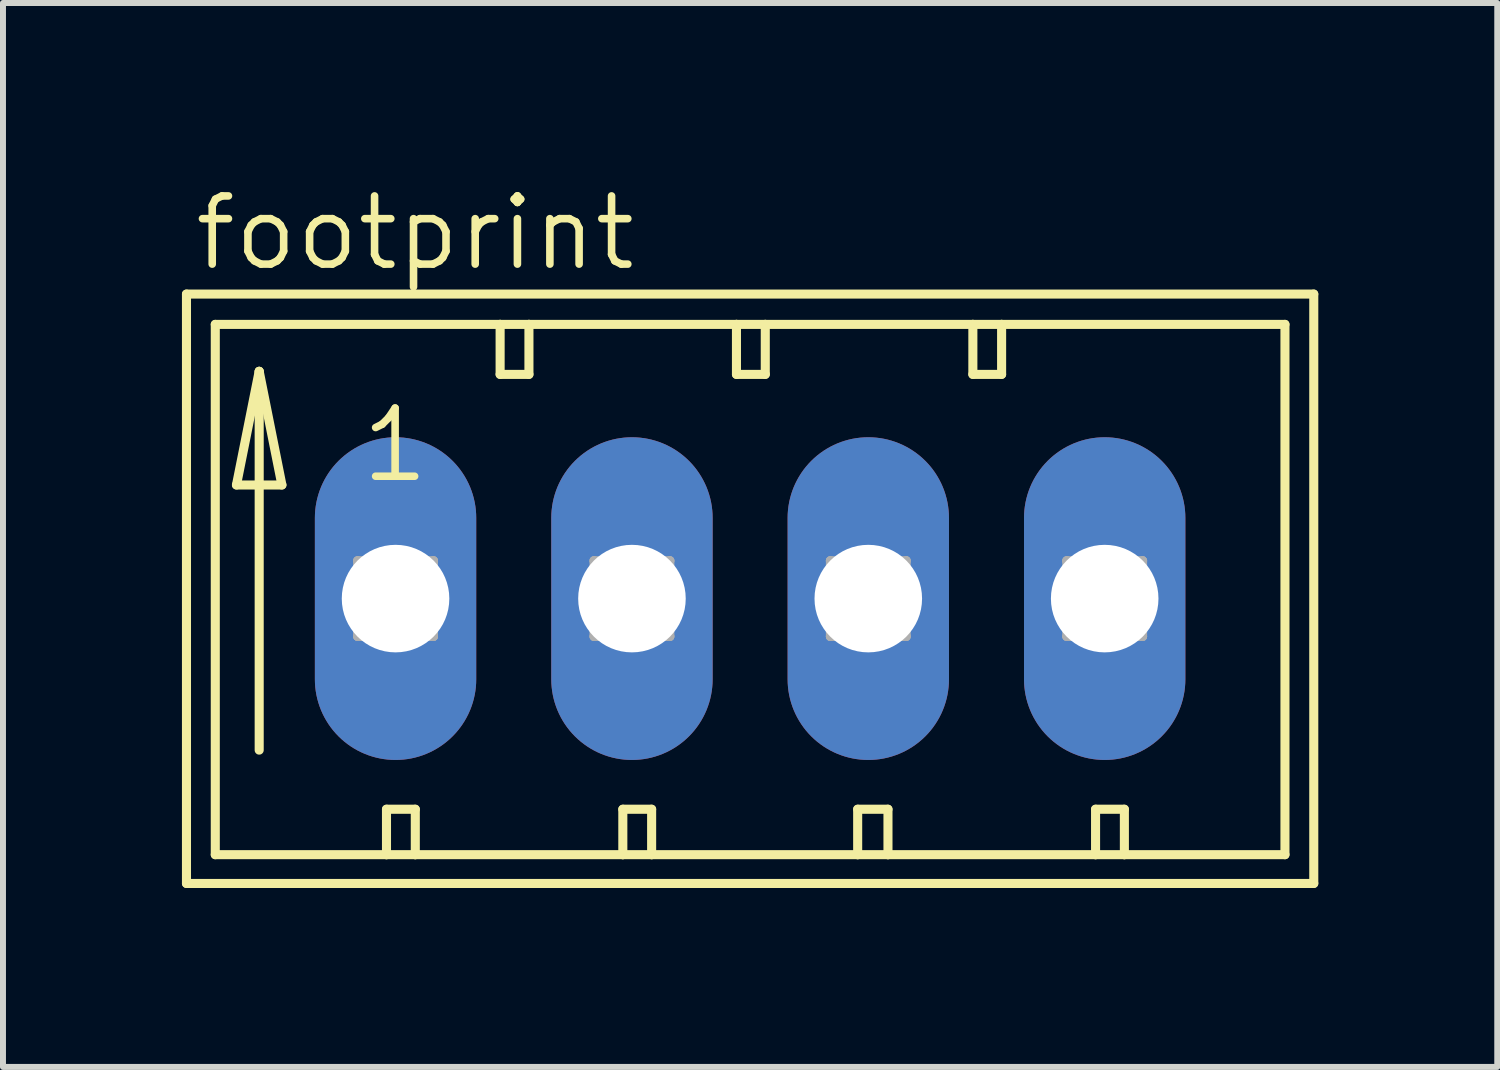
<source format=kicad_pcb>
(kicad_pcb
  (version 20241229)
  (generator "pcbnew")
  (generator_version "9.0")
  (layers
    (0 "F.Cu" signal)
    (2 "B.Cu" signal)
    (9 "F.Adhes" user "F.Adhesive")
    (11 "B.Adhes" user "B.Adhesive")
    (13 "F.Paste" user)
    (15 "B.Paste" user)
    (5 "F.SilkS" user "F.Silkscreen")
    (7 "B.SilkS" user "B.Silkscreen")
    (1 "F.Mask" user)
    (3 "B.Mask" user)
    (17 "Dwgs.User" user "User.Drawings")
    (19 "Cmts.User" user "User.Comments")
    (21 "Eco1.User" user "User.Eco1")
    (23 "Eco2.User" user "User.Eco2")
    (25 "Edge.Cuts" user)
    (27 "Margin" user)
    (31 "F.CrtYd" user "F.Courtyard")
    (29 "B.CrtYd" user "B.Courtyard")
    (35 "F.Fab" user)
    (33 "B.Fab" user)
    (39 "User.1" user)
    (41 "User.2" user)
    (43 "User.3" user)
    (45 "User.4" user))
  (footprint "footprint"
    (layer "F.Cu")
    (at 9.525 6.985)
    (property "Reference" "footprint" (at -9.373 -5.461 0) (layer "F.SilkS") (effects (font (size 1.143 1.143) (thickness 0.127)) (justify left bottom)))
    (fp_line (start -9.449 -5.105) (end -9.449 4.775) (stroke (width 0.152) (type solid)) (layer "F.SilkS"))
    (fp_line (start -9.449 4.775) (end 9.449 4.775) (stroke (width 0.152) (type solid)) (layer "F.SilkS"))
    (fp_line (start -8.966 -4.597) (end -8.966 4.293) (stroke (width 0.152) (type solid)) (layer "F.SilkS"))
    (fp_line (start -8.966 4.293) (end -6.096 4.293) (stroke (width 0.152) (type solid)) (layer "F.SilkS"))
    (fp_line (start -8.611 -1.905) (end -7.849 -1.905) (stroke (width 0.152) (type solid)) (layer "F.SilkS"))
    (fp_line (start -8.23 -3.81) (end -8.611 -1.905) (stroke (width 0.152) (type solid)) (layer "F.SilkS"))
    (fp_line (start -8.23 -3.81) (end -7.849 -1.905) (stroke (width 0.152) (type solid)) (layer "F.SilkS"))
    (fp_line (start -8.23 2.54) (end -8.23 -3.81) (stroke (width 0.152) (type solid)) (layer "F.SilkS"))
    (fp_line (start -6.096 3.531) (end -5.613 3.531) (stroke (width 0.152) (type solid)) (layer "F.SilkS"))
    (fp_line (start -6.096 4.293) (end -6.096 3.531) (stroke (width 0.152) (type solid)) (layer "F.SilkS"))
    (fp_line (start -6.096 4.293) (end -5.613 4.293) (stroke (width 0.152) (type solid)) (layer "F.SilkS"))
    (fp_line (start -5.613 4.293) (end -5.613 3.531) (stroke (width 0.152) (type solid)) (layer "F.SilkS"))
    (fp_line (start -5.613 4.293) (end -2.134 4.293) (stroke (width 0.152) (type solid)) (layer "F.SilkS"))
    (fp_line (start -4.191 -4.597) (end -8.966 -4.597) (stroke (width 0.152) (type solid)) (layer "F.SilkS"))
    (fp_line (start -4.191 -4.597) (end -4.191 -3.759) (stroke (width 0.152) (type solid)) (layer "F.SilkS"))
    (fp_line (start -4.191 -3.759) (end -3.708 -3.759) (stroke (width 0.152) (type solid)) (layer "F.SilkS"))
    (fp_line (start -3.708 -4.597) (end -4.191 -4.597) (stroke (width 0.152) (type solid)) (layer "F.SilkS"))
    (fp_line (start -3.708 -3.759) (end -3.708 -4.597) (stroke (width 0.152) (type solid)) (layer "F.SilkS"))
    (fp_line (start -2.134 3.531) (end -2.134 4.293) (stroke (width 0.152) (type solid)) (layer "F.SilkS"))
    (fp_line (start -2.134 3.531) (end -1.651 3.531) (stroke (width 0.152) (type solid)) (layer "F.SilkS"))
    (fp_line (start -2.134 4.293) (end -1.651 4.293) (stroke (width 0.152) (type solid)) (layer "F.SilkS"))
    (fp_line (start -1.651 3.531) (end -1.651 4.293) (stroke (width 0.152) (type solid)) (layer "F.SilkS"))
    (fp_line (start -1.651 4.293) (end 1.803 4.293) (stroke (width 0.152) (type solid)) (layer "F.SilkS"))
    (fp_line (start -0.229 -4.597) (end -3.708 -4.597) (stroke (width 0.152) (type solid)) (layer "F.SilkS"))
    (fp_line (start -0.229 -3.759) (end -0.229 -4.597) (stroke (width 0.152) (type solid)) (layer "F.SilkS"))
    (fp_line (start -0.229 -3.759) (end 0.254 -3.759) (stroke (width 0.152) (type solid)) (layer "F.SilkS"))
    (fp_line (start 0.254 -4.597) (end -0.229 -4.597) (stroke (width 0.152) (type solid)) (layer "F.SilkS"))
    (fp_line (start 0.254 -3.759) (end 0.254 -4.597) (stroke (width 0.152) (type solid)) (layer "F.SilkS"))
    (fp_line (start 1.803 3.531) (end 1.803 4.293) (stroke (width 0.152) (type solid)) (layer "F.SilkS"))
    (fp_line (start 1.803 3.531) (end 2.311 3.531) (stroke (width 0.152) (type solid)) (layer "F.SilkS"))
    (fp_line (start 1.803 4.293) (end 2.311 4.293) (stroke (width 0.152) (type solid)) (layer "F.SilkS"))
    (fp_line (start 2.311 3.531) (end 2.311 4.293) (stroke (width 0.152) (type solid)) (layer "F.SilkS"))
    (fp_line (start 2.311 4.293) (end 5.791 4.293) (stroke (width 0.152) (type solid)) (layer "F.SilkS"))
    (fp_line (start 3.734 -4.597) (end 0.254 -4.597) (stroke (width 0.152) (type solid)) (layer "F.SilkS"))
    (fp_line (start 3.734 -3.759) (end 3.734 -4.597) (stroke (width 0.152) (type solid)) (layer "F.SilkS"))
    (fp_line (start 3.734 -3.759) (end 4.216 -3.759) (stroke (width 0.152) (type solid)) (layer "F.SilkS"))
    (fp_line (start 4.216 -4.597) (end 3.734 -4.597) (stroke (width 0.152) (type solid)) (layer "F.SilkS"))
    (fp_line (start 4.216 -3.759) (end 4.216 -4.597) (stroke (width 0.152) (type solid)) (layer "F.SilkS"))
    (fp_line (start 5.791 3.531) (end 5.791 4.293) (stroke (width 0.152) (type solid)) (layer "F.SilkS"))
    (fp_line (start 5.791 3.531) (end 6.274 3.531) (stroke (width 0.152) (type solid)) (layer "F.SilkS"))
    (fp_line (start 5.791 4.293) (end 6.274 4.293) (stroke (width 0.152) (type solid)) (layer "F.SilkS"))
    (fp_line (start 6.274 3.531) (end 6.274 4.293) (stroke (width 0.152) (type solid)) (layer "F.SilkS"))
    (fp_line (start 6.274 4.293) (end 8.966 4.293) (stroke (width 0.152) (type solid)) (layer "F.SilkS"))
    (fp_line (start 8.966 -4.597) (end 4.216 -4.597) (stroke (width 0.152) (type solid)) (layer "F.SilkS"))
    (fp_line (start 8.966 4.293) (end 8.966 -4.597) (stroke (width 0.152) (type solid)) (layer "F.SilkS"))
    (fp_line (start 9.449 -5.105) (end -9.449 -5.105) (stroke (width 0.152) (type solid)) (layer "F.SilkS"))
    (fp_line (start 9.449 4.775) (end 9.449 -5.105) (stroke (width 0.152) (type solid)) (layer "F.SilkS"))
    (fp_line (start -6.579 -0.635) (end -6.579 0.635) (stroke (width 0.152) (type solid)) (layer "F.Fab"))
    (fp_line (start -6.579 -0.635) (end -5.309 0.635) (stroke (width 0.152) (type solid)) (layer "F.Fab"))
    (fp_line (start -6.579 0.635) (end -5.309 0.635) (stroke (width 0.152) (type solid)) (layer "F.Fab"))
    (fp_line (start -5.309 -0.635) (end -6.579 -0.635) (stroke (width 0.152) (type solid)) (layer "F.Fab"))
    (fp_line (start -5.309 -0.635) (end -6.579 0.635) (stroke (width 0.152) (type solid)) (layer "F.Fab"))
    (fp_line (start -5.309 0.635) (end -5.309 -0.635) (stroke (width 0.152) (type solid)) (layer "F.Fab"))
    (fp_line (start -2.616 -0.635) (end -2.616 0.635) (stroke (width 0.152) (type solid)) (layer "F.Fab"))
    (fp_line (start -2.616 -0.635) (end -1.346 0.635) (stroke (width 0.152) (type solid)) (layer "F.Fab"))
    (fp_line (start -2.616 0.635) (end -1.346 0.635) (stroke (width 0.152) (type solid)) (layer "F.Fab"))
    (fp_line (start -1.346 -0.635) (end -2.616 -0.635) (stroke (width 0.152) (type solid)) (layer "F.Fab"))
    (fp_line (start -1.346 -0.635) (end -2.616 0.635) (stroke (width 0.152) (type solid)) (layer "F.Fab"))
    (fp_line (start -1.346 0.635) (end -1.346 -0.635) (stroke (width 0.152) (type solid)) (layer "F.Fab"))
    (fp_line (start 1.346 -0.635) (end 1.346 0.635) (stroke (width 0.152) (type solid)) (layer "F.Fab"))
    (fp_line (start 1.346 -0.635) (end 2.616 0.635) (stroke (width 0.152) (type solid)) (layer "F.Fab"))
    (fp_line (start 1.346 0.635) (end 2.616 0.635) (stroke (width 0.152) (type solid)) (layer "F.Fab"))
    (fp_line (start 2.616 -0.635) (end 1.346 -0.635) (stroke (width 0.152) (type solid)) (layer "F.Fab"))
    (fp_line (start 2.616 -0.635) (end 1.346 0.635) (stroke (width 0.152) (type solid)) (layer "F.Fab"))
    (fp_line (start 2.616 0.635) (end 2.616 -0.635) (stroke (width 0.152) (type solid)) (layer "F.Fab"))
    (fp_line (start 5.309 -0.635) (end 5.309 0.635) (stroke (width 0.152) (type solid)) (layer "F.Fab"))
    (fp_line (start 5.309 -0.635) (end 6.579 0.635) (stroke (width 0.152) (type solid)) (layer "F.Fab"))
    (fp_line (start 5.309 0.635) (end 6.579 0.635) (stroke (width 0.152) (type solid)) (layer "F.Fab"))
    (fp_line (start 6.579 -0.635) (end 5.309 -0.635) (stroke (width 0.152) (type solid)) (layer "F.Fab"))
    (fp_line (start 6.579 -0.635) (end 5.309 0.635) (stroke (width 0.152) (type solid)) (layer "F.Fab"))
    (fp_line (start 6.579 0.635) (end 6.579 -0.635) (stroke (width 0.152) (type solid)) (layer "F.Fab"))
    (fp_text user "1" (at -6.579 -1.905 0) (layer "F.SilkS") (effects (font (size 1.143 1.143) (thickness 0.127)) (justify left bottom)))
    (pad "1" thru_hole oval (at -5.944 0 90) (size 5.41 2.705) (drill 1.803) (layers "*.Cu" "*.Mask"))
    (pad "2" thru_hole oval (at -1.981 0 90) (size 5.41 2.705) (drill 1.803) (layers "*.Cu" "*.Mask"))
    (pad "3" thru_hole oval (at 1.981 0 90) (size 5.41 2.705) (drill 1.803) (layers "*.Cu" "*.Mask"))
    (pad "4" thru_hole oval (at 5.944 0 90) (size 5.41 2.705) (drill 1.803) (layers "*.Cu" "*.Mask")))
  (gr_rect
    (start -3 -3)
    (end 22.05 14.836)
    (stroke (width 0.1) (type default))
    (fill no)
    (layer "Edge.Cuts")))
</source>
